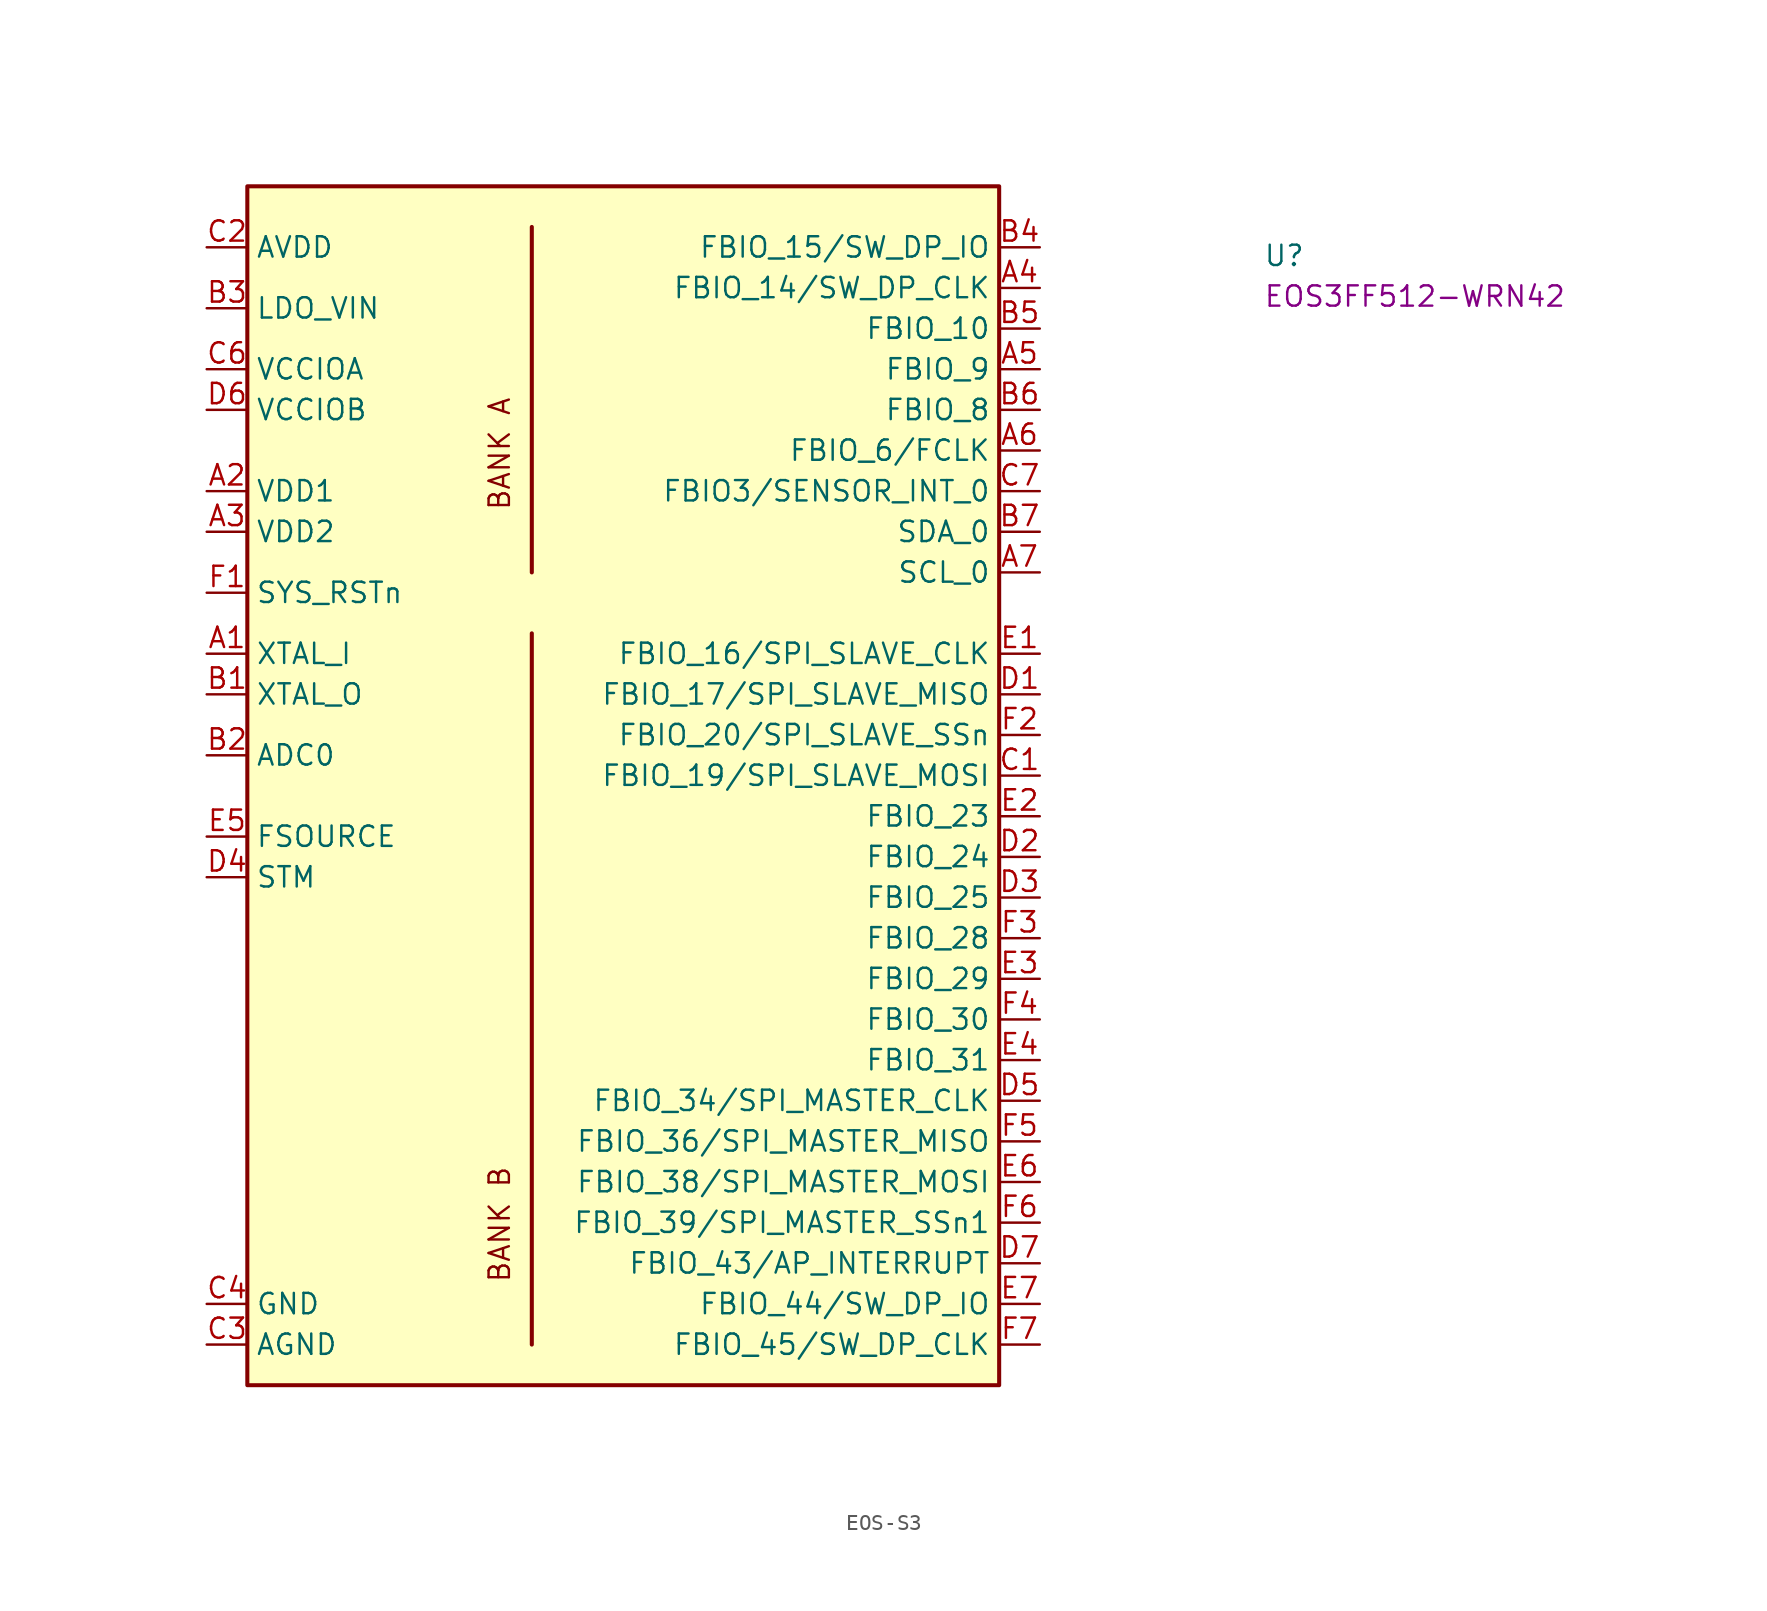
<source format=kicad_sym>
(kicad_symbol_lib
  (version 20220914)
  (generator kicad_symbol_editor)
  (symbol "EOS-S3"
    (property "Reference" "U"
      (at 66.04 -1.27 0)
      (effects (font (size 1.27 1.27) (thickness 0.15)) (justify left bottom)))
    (property "MPN" "EOS3FF512-WRN42"
      (at 66.04 -3.81 0)
      (effects (font (size 1.27 1.27) (thickness 0.15)) (justify left bottom)))
    (symbol "EOS-S3_1_1"
      (polyline (pts (xy 20.32 -68.58) (xy 20.32 -24.13)) (stroke (width 0.254) (type default)) (fill (type background)))
      (polyline (pts (xy 20.32 -20.32) (xy 20.32 1.27)) (stroke (width 0.254) (type default)) (fill (type background)))
      (rectangle (start 2.54 3.81) (end 49.53 -71.12) (stroke (width 0.254) (type default)) (fill (type background)))
      (text "BANK A" (at 19.05 -16.51 900) (effects (font (size 1.27 1.27) (thickness 0.15)) (justify left bottom)))
      (text "BANK B" (at 19.05 -64.77 900) (effects (font (size 1.27 1.27) (thickness 0.15)) (justify left bottom)))
      (pin input line (at 0 -25.4 0) (length 2.54) (name "XTAL_I" (effects (font (size 1.27 1.27)))) (number "A1" (effects (font (size 1.27 1.27)))))
      (pin input line (at 0 -15.24 0) (length 2.54) (name "VDD1" (effects (font (size 1.27 1.27)))) (number "A2" (effects (font (size 1.27 1.27)))))
      (pin input line (at 0 -17.78 0) (length 2.54) (name "VDD2" (effects (font (size 1.27 1.27)))) (number "A3" (effects (font (size 1.27 1.27)))))
      (pin input line (at 52.07 -2.54 180) (length 2.54) (name "FBIO_14/SW_DP_CLK" (effects (font (size 1.27 1.27)))) (number "A4" (effects (font (size 1.27 1.27)))))
      (pin input line (at 52.07 -7.62 180) (length 2.54) (name "FBIO_9" (effects (font (size 1.27 1.27)))) (number "A5" (effects (font (size 1.27 1.27)))))
      (pin input line (at 52.07 -12.7 180) (length 2.54) (name "FBIO_6/FCLK" (effects (font (size 1.27 1.27)))) (number "A6" (effects (font (size 1.27 1.27)))))
      (pin input line (at 52.07 -20.32 180) (length 2.54) (name "SCL_0" (effects (font (size 1.27 1.27)))) (number "A7" (effects (font (size 1.27 1.27)))))
      (pin input line (at 0 -27.94 0) (length 2.54) (name "XTAL_O" (effects (font (size 1.27 1.27)))) (number "B1" (effects (font (size 1.27 1.27)))))
      (pin input line (at 0 -31.75 0) (length 2.54) (name "ADC0" (effects (font (size 1.27 1.27)))) (number "B2" (effects (font (size 1.27 1.27)))))
      (pin input line (at 0 -3.81 0) (length 2.54) (name "LDO_VIN" (effects (font (size 1.27 1.27)))) (number "B3" (effects (font (size 1.27 1.27)))))
      (pin input line (at 52.07 0 180) (length 2.54) (name "FBIO_15/SW_DP_IO" (effects (font (size 1.27 1.27)))) (number "B4" (effects (font (size 1.27 1.27)))))
      (pin input line (at 52.07 -5.08 180) (length 2.54) (name "FBIO_10" (effects (font (size 1.27 1.27)))) (number "B5" (effects (font (size 1.27 1.27)))))
      (pin input line (at 52.07 -10.16 180) (length 2.54) (name "FBIO_8" (effects (font (size 1.27 1.27)))) (number "B6" (effects (font (size 1.27 1.27)))))
      (pin input line (at 52.07 -17.78 180) (length 2.54) (name "SDA_0" (effects (font (size 1.27 1.27)))) (number "B7" (effects (font (size 1.27 1.27)))))
      (pin input line (at 52.07 -33.02 180) (length 2.54) (name "FBIO_19/SPI_SLAVE_MOSI" (effects (font (size 1.27 1.27)))) (number "C1" (effects (font (size 1.27 1.27)))))
      (pin input line (at 0 0 0) (length 2.54) (name "AVDD" (effects (font (size 1.27 1.27)))) (number "C2" (effects (font (size 1.27 1.27)))))
      (pin input line (at 0 -68.58 0) (length 2.54) (name "AGND" (effects (font (size 1.27 1.27)))) (number "C3" (effects (font (size 1.27 1.27)))))
      (pin input line (at 0 -66.04 0) (length 2.54) (name "GND" (effects (font (size 1.27 1.27)))) (number "C4" (effects (font (size 1.27 1.27)))))
      (pin passive line (at 0 -66.04 0) (length 2.54) hide (name "GND" (effects (font (size 1.27 1.27)))) (number "C5" (effects (font (size 1.27 1.27)))))
      (pin input line (at 0 -7.62 0) (length 2.54) (name "VCCIOA" (effects (font (size 1.27 1.27)))) (number "C6" (effects (font (size 1.27 1.27)))))
      (pin input line (at 52.07 -15.24 180) (length 2.54) (name "FBIO3/SENSOR_INT_0" (effects (font (size 1.27 1.27)))) (number "C7" (effects (font (size 1.27 1.27)))))
      (pin input line (at 52.07 -27.94 180) (length 2.54) (name "FBIO_17/SPI_SLAVE_MISO" (effects (font (size 1.27 1.27)))) (number "D1" (effects (font (size 1.27 1.27)))))
      (pin input line (at 52.07 -38.1 180) (length 2.54) (name "FBIO_24" (effects (font (size 1.27 1.27)))) (number "D2" (effects (font (size 1.27 1.27)))))
      (pin input line (at 52.07 -40.64 180) (length 2.54) (name "FBIO_25" (effects (font (size 1.27 1.27)))) (number "D3" (effects (font (size 1.27 1.27)))))
      (pin input line (at 0 -39.37 0) (length 2.54) (name "STM" (effects (font (size 1.27 1.27)))) (number "D4" (effects (font (size 1.27 1.27)))))
      (pin input line (at 52.07 -53.34 180) (length 2.54) (name "FBIO_34/SPI_MASTER_CLK" (effects (font (size 1.27 1.27)))) (number "D5" (effects (font (size 1.27 1.27)))))
      (pin input line (at 0 -10.16 0) (length 2.54) (name "VCCIOB" (effects (font (size 1.27 1.27)))) (number "D6" (effects (font (size 1.27 1.27)))))
      (pin input line (at 52.07 -63.5 180) (length 2.54) (name "FBIO_43/AP_INTERRUPT" (effects (font (size 1.27 1.27)))) (number "D7" (effects (font (size 1.27 1.27)))))
      (pin input line (at 52.07 -25.4 180) (length 2.54) (name "FBIO_16/SPI_SLAVE_CLK" (effects (font (size 1.27 1.27)))) (number "E1" (effects (font (size 1.27 1.27)))))
      (pin input line (at 52.07 -35.56 180) (length 2.54) (name "FBIO_23" (effects (font (size 1.27 1.27)))) (number "E2" (effects (font (size 1.27 1.27)))))
      (pin input line (at 52.07 -45.72 180) (length 2.54) (name "FBIO_29" (effects (font (size 1.27 1.27)))) (number "E3" (effects (font (size 1.27 1.27)))))
      (pin input line (at 52.07 -50.8 180) (length 2.54) (name "FBIO_31" (effects (font (size 1.27 1.27)))) (number "E4" (effects (font (size 1.27 1.27)))))
      (pin input line (at 0 -36.83 0) (length 2.54) (name "FSOURCE" (effects (font (size 1.27 1.27)))) (number "E5" (effects (font (size 1.27 1.27)))))
      (pin input line (at 52.07 -58.42 180) (length 2.54) (name "FBIO_38/SPI_MASTER_MOSI" (effects (font (size 1.27 1.27)))) (number "E6" (effects (font (size 1.27 1.27)))))
      (pin input line (at 52.07 -66.04 180) (length 2.54) (name "FBIO_44/SW_DP_IO" (effects (font (size 1.27 1.27)))) (number "E7" (effects (font (size 1.27 1.27)))))
      (pin input line (at 0 -21.59 0) (length 2.54) (name "SYS_RSTn" (effects (font (size 1.27 1.27)))) (number "F1" (effects (font (size 1.27 1.27)))))
      (pin input line (at 52.07 -30.48 180) (length 2.54) (name "FBIO_20/SPI_SLAVE_SSn" (effects (font (size 1.27 1.27)))) (number "F2" (effects (font (size 1.27 1.27)))))
      (pin input line (at 52.07 -43.18 180) (length 2.54) (name "FBIO_28" (effects (font (size 1.27 1.27)))) (number "F3" (effects (font (size 1.27 1.27)))))
      (pin input line (at 52.07 -48.26 180) (length 2.54) (name "FBIO_30" (effects (font (size 1.27 1.27)))) (number "F4" (effects (font (size 1.27 1.27)))))
      (pin input line (at 52.07 -55.88 180) (length 2.54) (name "FBIO_36/SPI_MASTER_MISO" (effects (font (size 1.27 1.27)))) (number "F5" (effects (font (size 1.27 1.27)))))
      (pin input line (at 52.07 -60.96 180) (length 2.54) (name "FBIO_39/SPI_MASTER_SSn1" (effects (font (size 1.27 1.27)))) (number "F6" (effects (font (size 1.27 1.27)))))
      (pin input line (at 52.07 -68.58 180) (length 2.54) (name "FBIO_45/SW_DP_CLK" (effects (font (size 1.27 1.27)))) (number "F7" (effects (font (size 1.27 1.27))))))))
</source>
